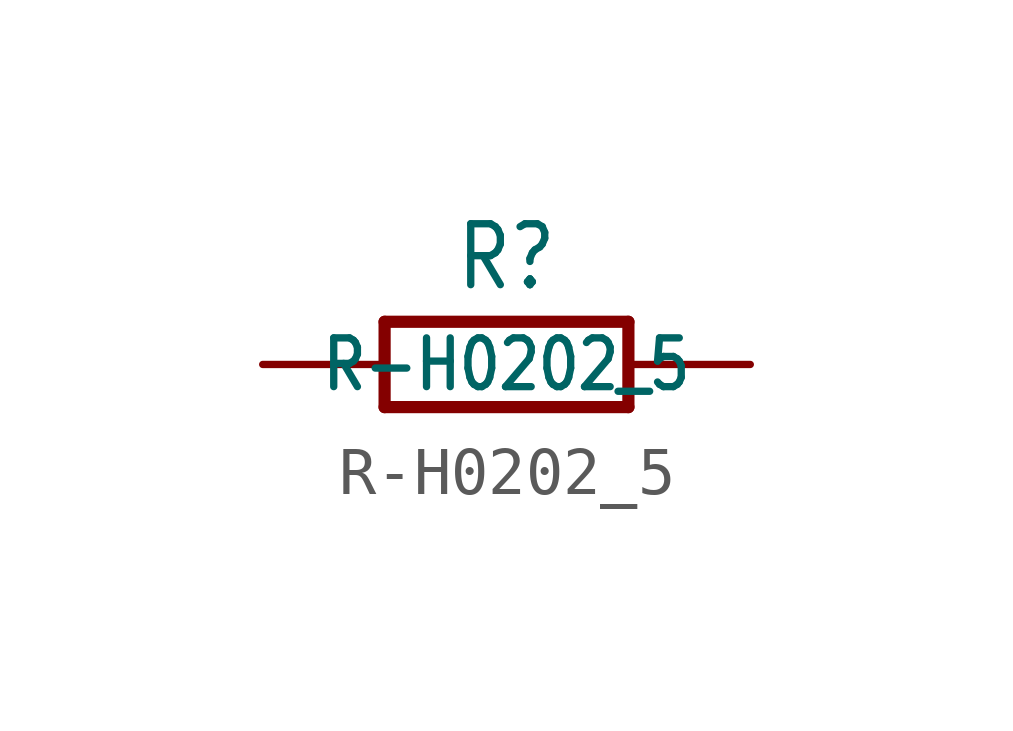
<source format=kicad_sym>
(kicad_symbol_lib
  (version 20201005)
  (generator kicad_symbol_editor)
  (symbol "R-H0202_5"
    (property "Reference" "R"
      (at 0 1.499 0)
      (effects (font (size 1.27 1.079)) (justify bottom)))
    (property "Value" "R-H0202_5"
      (at 0 0 0)
      (effects (font (size 1.016 0.864))))
    (property "ki_locked" ""
      (at 0 0 0)
      (effects (font (size 1.27 1.27))))
    (symbol "R-H0202_5_1_0"
      (polyline (pts (xy -2.54 -0.889) (xy -2.54 0.889)) (stroke (width 0.254)) (fill (type none)))
      (polyline (pts (xy -2.54 -0.889) (xy 2.54 -0.889)) (stroke (width 0.254)) (fill (type none)))
      (polyline (pts (xy 2.54 -0.889) (xy 2.54 0.889)) (stroke (width 0.254)) (fill (type none)))
      (polyline (pts (xy 2.54 0.889) (xy -2.54 0.889)) (stroke (width 0.254)) (fill (type none)))
      (pin passive line (at -5.08 0 0) (length 2.54) (name "1" (effects (font (size 0 0)))) (number "1" (effects (font (size 0 0)))))
      (pin passive line (at 5.08 0 180) (length 2.54) (name "2" (effects (font (size 0 0)))) (number "2" (effects (font (size 0 0))))))))
</source>
